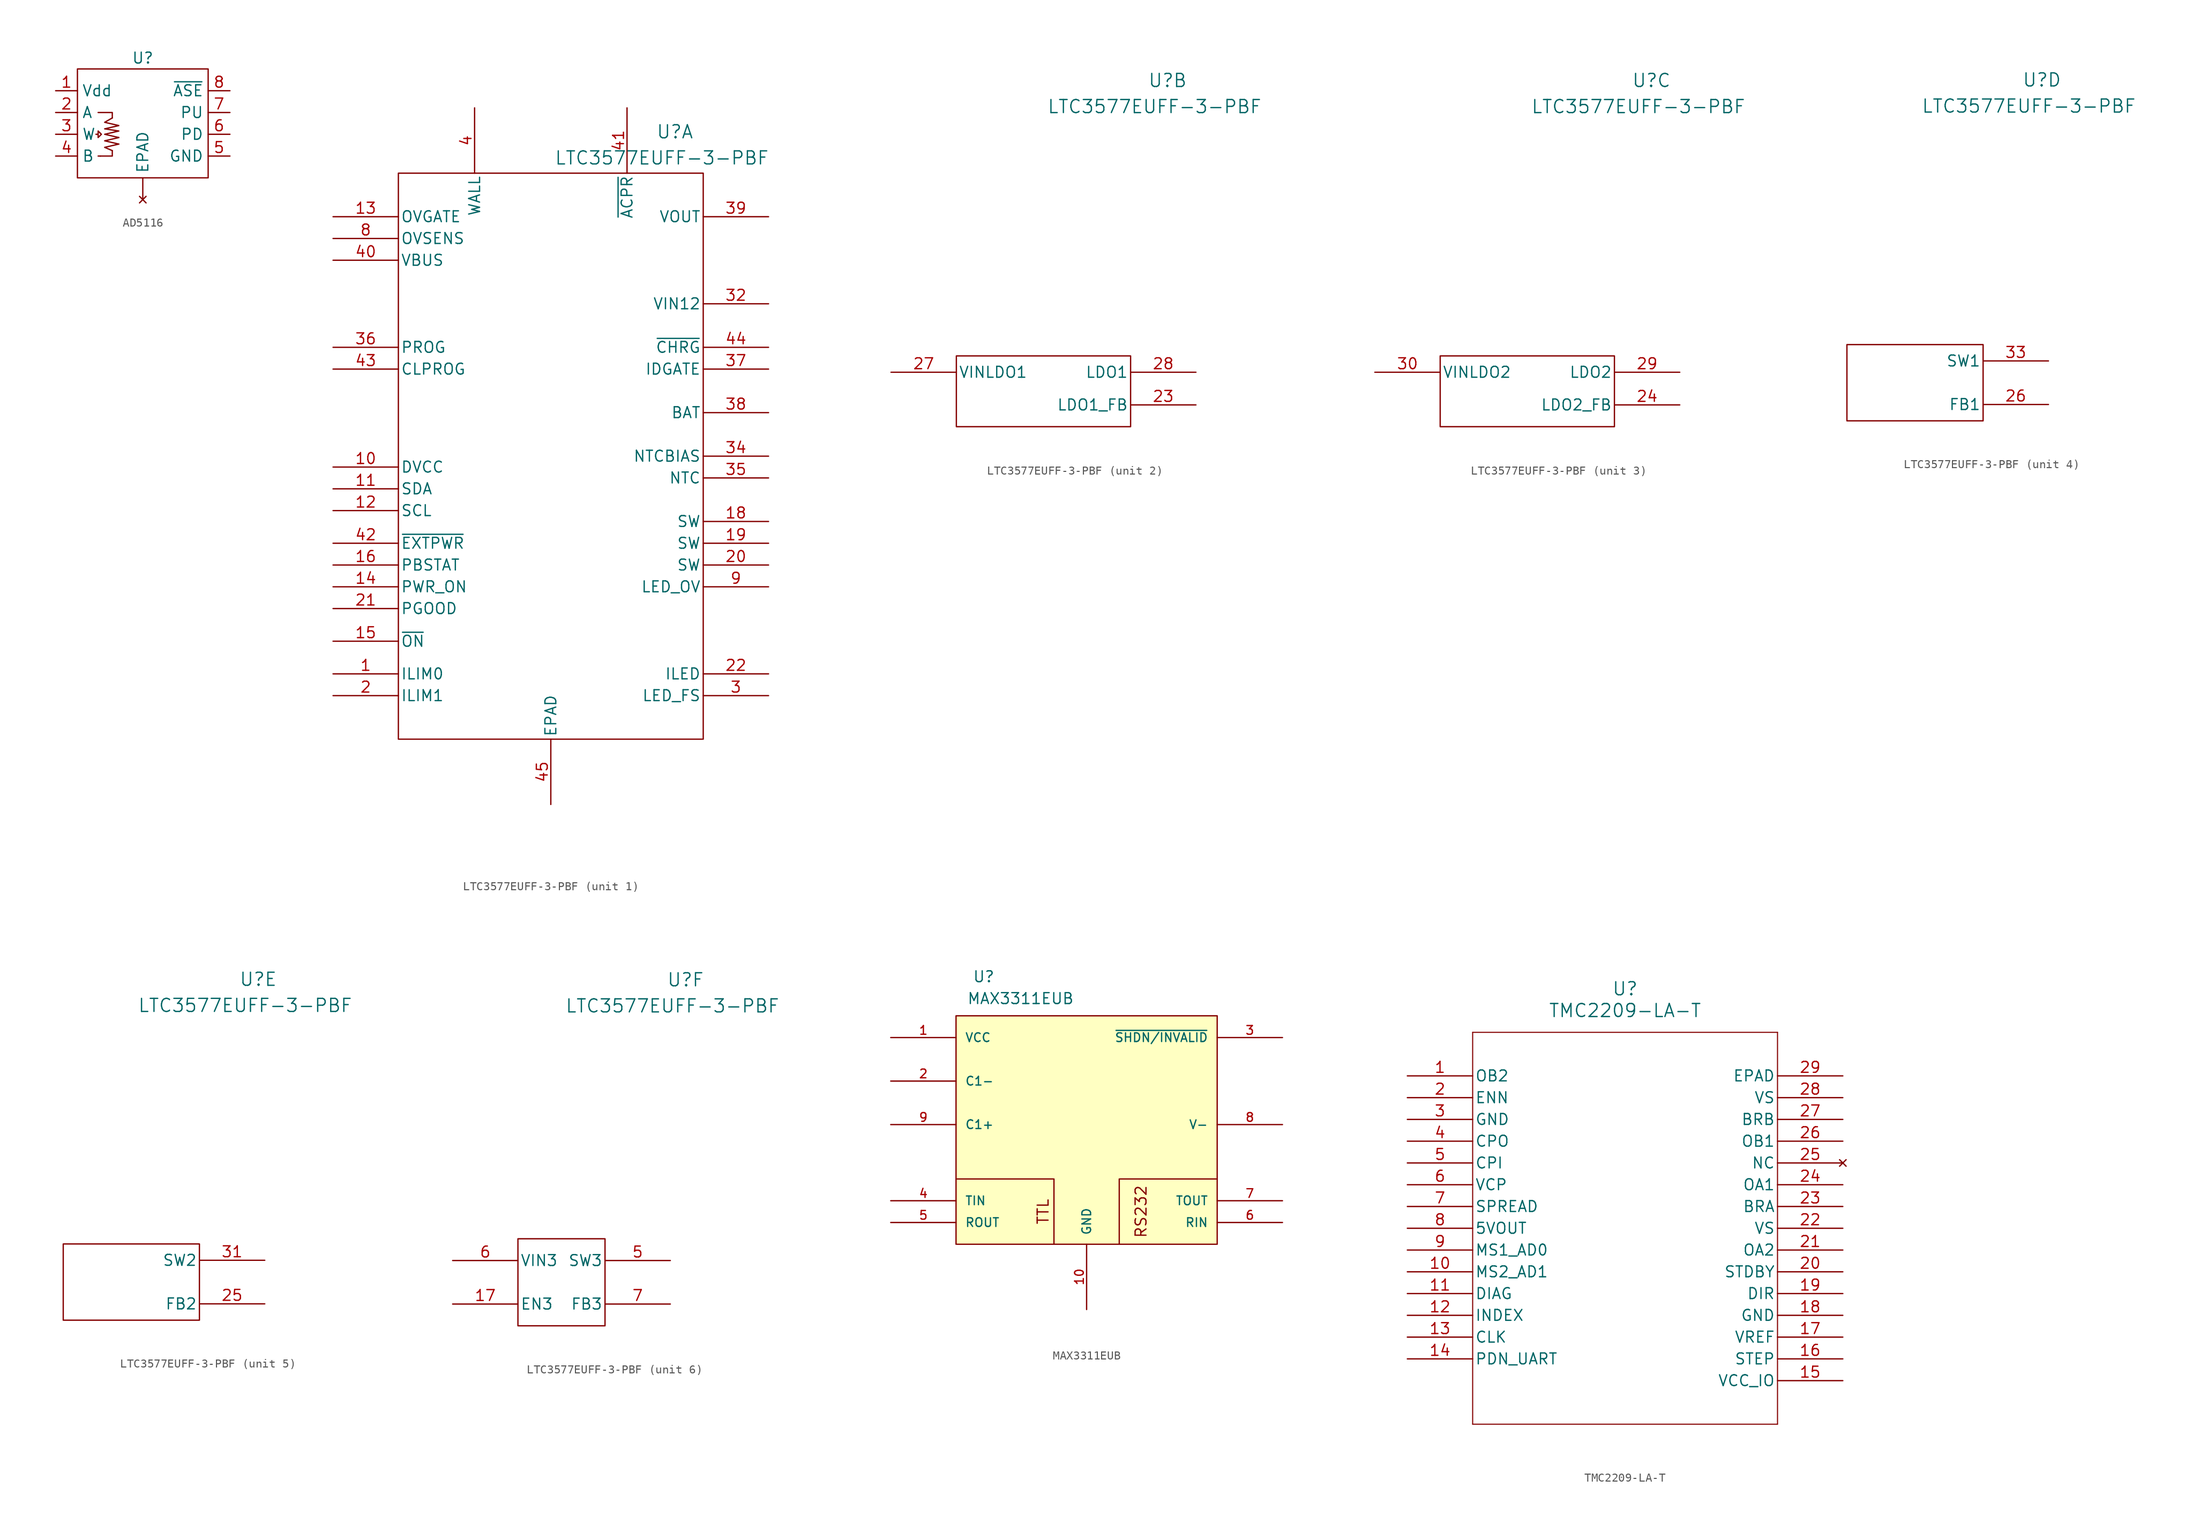
<source format=kicad_sym>
(kicad_symbol_lib
  (version 20220914)
  (generator kicad_symbol_editor)
  (generator_version "8.0")
  (symbol "AD5116"
    (property "Reference" "U"
      (at 0 7.62 0)
      (effects (font (size 1.27 1.27))))
    (property "Value" ""
      (at -10.16 3.81 0)
      (effects (font (size 1.27 1.27))))
    (symbol "AD5116_0_0"
      (pin power_in line (at -10.16 3.81 0) (length 2.54) (name "Vdd" (effects (font (size 1.27 1.27)))) (number "1" (effects (font (size 1.27 1.27)))))
      (pin passive line (at -10.16 1.27 0) (length 2.54) (name "A" (effects (font (size 1.27 1.27)))) (number "2" (effects (font (size 1.27 1.27)))))
      (pin passive line (at -10.16 -1.27 0) (length 2.54) (name "W" (effects (font (size 1.27 1.27)))) (number "3" (effects (font (size 1.27 1.27)))))
      (pin passive line (at -10.16 -3.81 0) (length 2.54) (name "B" (effects (font (size 1.27 1.27)))) (number "4" (effects (font (size 1.27 1.27)))))
      (pin power_in line (at 10.16 -3.81 180) (length 2.54) (name "GND" (effects (font (size 1.27 1.27)))) (number "5" (effects (font (size 1.27 1.27)))))
      (pin input line (at 10.16 -1.27 180) (length 2.54) (name "PD" (effects (font (size 1.27 1.27)))) (number "6" (effects (font (size 1.27 1.27)))))
      (pin input line (at 10.16 1.27 180) (length 2.54) (name "PU" (effects (font (size 1.27 1.27)))) (number "7" (effects (font (size 1.27 1.27))))))
    (symbol "AD5116_0_1"
      (rectangle (start -7.62 6.35) (end 7.62 -6.35) (stroke (width 0) (type default)) (fill (type none)))
      (polyline (pts (xy -5.207 -3.81) (xy -4.953 -3.81)) (stroke (width 0) (type default)) (fill (type none)))
      (polyline (pts (xy -5.207 1.27) (xy -3.556 1.27) (xy -3.556 0.635)) (stroke (width 0) (type default)) (fill (type none)))
      (polyline (pts (xy -4.953 -3.81) (xy -3.556 -3.81) (xy -3.556 -3.175)) (stroke (width 0) (type default)) (fill (type none)))
      (polyline (pts (xy -2.794 -2.413) (xy -4.445 -2.794) (xy -3.556 -3.175)) (stroke (width 0) (type default)) (fill (type none)))
      (polyline (pts (xy -2.794 -1.651) (xy -4.445 -2.032) (xy -2.794 -2.413)) (stroke (width 0) (type default)) (fill (type none)))
      (polyline (pts (xy -5.461 -1.27) (xy -5.207 -1.27) (xy -5.207 -0.889) (xy -4.826 -1.27) (xy -5.08 -1.524) (xy -5.207 -1.651) (xy -5.207 -1.27)) (stroke (width 0) (type default)) (fill (type none)))
      (polyline (pts (xy -3.556 0.635) (xy -4.445 0.127) (xy -2.794 -0.254) (xy -4.445 -0.635) (xy -2.794 -0.889) (xy -4.445 -1.27) (xy -2.794 -1.651)) (stroke (width 0) (type default)) (fill (type none))))
    (symbol "AD5116_1_0"
      (pin no_connect line (at 0 -8.89 90) (length 2.54) (name "EPAD" (effects (font (size 1.27 1.27)))) (number "" (effects (font (size 1.27 1.27)))))
      (pin input line (at 10.16 3.81 180) (length 2.54) (name "~{ASE}" (effects (font (size 1.27 1.27)))) (number "8" (effects (font (size 1.27 1.27)))))))
  (symbol "LTC3577EUFF-3-PBF"
    (pin_names
      (offset 0.254))
    (property "Reference" "U"
      (at 14.478 35.306 0)
      (effects (font (size 1.524 1.524))))
    (property "Value" "LTC3577EUFF-3-PBF"
      (at 12.954 32.258 0)
      (effects (font (size 1.524 1.524))))
    (property "ki_locked" ""
      (at 0 0 0)
      (effects (font (size 1.27 1.27))))
    (symbol "LTC3577EUFF-3-PBF_1_1"
      (rectangle (start -17.78 30.48) (end 17.78 -35.56) (stroke (width 0) (type default)) (fill (type none)))
      (pin input line (at -25.4 -27.94 0) (length 7.62) (name "ILIM0" (effects (font (size 1.27 1.27)))) (number "1" (effects (font (size 1.27 1.27)))))
      (pin power_in line (at -25.4 -3.81 0) (length 7.62) (name "DVCC" (effects (font (size 1.27 1.27)))) (number "10" (effects (font (size 1.27 1.27)))))
      (pin input line (at -25.4 -6.35 0) (length 7.62) (name "SDA" (effects (font (size 1.27 1.27)))) (number "11" (effects (font (size 1.27 1.27)))))
      (pin input line (at -25.4 -8.89 0) (length 7.62) (name "SCL" (effects (font (size 1.27 1.27)))) (number "12" (effects (font (size 1.27 1.27)))))
      (pin output line (at -25.4 25.4 0) (length 7.62) (name "OVGATE" (effects (font (size 1.27 1.27)))) (number "13" (effects (font (size 1.27 1.27)))))
      (pin input line (at -25.4 -17.78 0) (length 7.62) (name "PWR_ON" (effects (font (size 1.27 1.27)))) (number "14" (effects (font (size 1.27 1.27)))))
      (pin input line (at -25.4 -24.13 0) (length 7.62) (name "~{ON}" (effects (font (size 1.27 1.27)))) (number "15" (effects (font (size 1.27 1.27)))))
      (pin output line (at -25.4 -15.24 0) (length 7.62) (name "PBSTAT" (effects (font (size 1.27 1.27)))) (number "16" (effects (font (size 1.27 1.27)))))
      (pin unspecified line (at 25.4 -10.16 180) (length 7.62) (name "SW" (effects (font (size 1.27 1.27)))) (number "18" (effects (font (size 1.27 1.27)))))
      (pin unspecified line (at 25.4 -12.7 180) (length 7.62) (name "SW" (effects (font (size 1.27 1.27)))) (number "19" (effects (font (size 1.27 1.27)))))
      (pin input line (at -25.4 -30.48 0) (length 7.62) (name "ILIM1" (effects (font (size 1.27 1.27)))) (number "2" (effects (font (size 1.27 1.27)))))
      (pin unspecified line (at 25.4 -15.24 180) (length 7.62) (name "SW" (effects (font (size 1.27 1.27)))) (number "20" (effects (font (size 1.27 1.27)))))
      (pin output line (at -25.4 -20.32 0) (length 7.62) (name "PGOOD" (effects (font (size 1.27 1.27)))) (number "21" (effects (font (size 1.27 1.27)))))
      (pin output line (at 25.4 -27.94 180) (length 7.62) (name "ILED" (effects (font (size 1.27 1.27)))) (number "22" (effects (font (size 1.27 1.27)))))
      (pin output line (at 25.4 -30.48 180) (length 7.62) (name "LED_FS" (effects (font (size 1.27 1.27)))) (number "3" (effects (font (size 1.27 1.27)))))
      (pin input line (at 25.4 15.24 180) (length 7.62) (name "VIN12" (effects (font (size 1.27 1.27)))) (number "32" (effects (font (size 1.27 1.27)))))
      (pin output line (at 25.4 -2.54 180) (length 7.62) (name "NTCBIAS" (effects (font (size 1.27 1.27)))) (number "34" (effects (font (size 1.27 1.27)))))
      (pin unspecified line (at 25.4 -5.08 180) (length 7.62) (name "NTC" (effects (font (size 1.27 1.27)))) (number "35" (effects (font (size 1.27 1.27)))))
      (pin unspecified line (at -25.4 10.16 0) (length 7.62) (name "PROG" (effects (font (size 1.27 1.27)))) (number "36" (effects (font (size 1.27 1.27)))))
      (pin unspecified line (at 25.4 7.62 180) (length 7.62) (name "IDGATE" (effects (font (size 1.27 1.27)))) (number "37" (effects (font (size 1.27 1.27)))))
      (pin unspecified line (at 25.4 2.54 180) (length 7.62) (name "BAT" (effects (font (size 1.27 1.27)))) (number "38" (effects (font (size 1.27 1.27)))))
      (pin output line (at 25.4 25.4 180) (length 7.62) (name "VOUT" (effects (font (size 1.27 1.27)))) (number "39" (effects (font (size 1.27 1.27)))))
      (pin input line (at -8.89 38.1 270) (length 7.62) (name "WALL" (effects (font (size 1.27 1.27)))) (number "4" (effects (font (size 1.27 1.27)))))
      (pin input line (at -25.4 20.32 0) (length 7.62) (name "VBUS" (effects (font (size 1.27 1.27)))) (number "40" (effects (font (size 1.27 1.27)))))
      (pin output line (at 8.89 38.1 270) (length 7.62) (name "~{ACPR}" (effects (font (size 1.27 1.27)))) (number "41" (effects (font (size 1.27 1.27)))))
      (pin output line (at -25.4 -12.7 0) (length 7.62) (name "~{EXTPWR}" (effects (font (size 1.27 1.27)))) (number "42" (effects (font (size 1.27 1.27)))))
      (pin input line (at -25.4 7.62 0) (length 7.62) (name "CLPROG" (effects (font (size 1.27 1.27)))) (number "43" (effects (font (size 1.27 1.27)))))
      (pin output line (at 25.4 10.16 180) (length 7.62) (name "~{CHRG}" (effects (font (size 1.27 1.27)))) (number "44" (effects (font (size 1.27 1.27)))))
      (pin unspecified line (at 0 -43.18 90) (length 7.62) (name "EPAD" (effects (font (size 1.27 1.27)))) (number "45" (effects (font (size 1.27 1.27)))))
      (pin input line (at -25.4 22.86 0) (length 7.62) (name "OVSENS" (effects (font (size 1.27 1.27)))) (number "8" (effects (font (size 1.27 1.27)))))
      (pin output line (at 25.4 -17.78 180) (length 7.62) (name "LED_OV" (effects (font (size 1.27 1.27)))) (number "9" (effects (font (size 1.27 1.27))))))
    (symbol "LTC3577EUFF-3-PBF_2_1"
      (rectangle (start -10.16 3.175) (end 10.16 -5.08) (stroke (width 0) (type default)) (fill (type none)))
      (pin input line (at 17.78 -2.54 180) (length 7.62) (name "LDO1_FB" (effects (font (size 1.27 1.27)))) (number "23" (effects (font (size 1.27 1.27)))))
      (pin input line (at -17.78 1.27 0) (length 7.62) (name "VINLDO1" (effects (font (size 1.27 1.27)))) (number "27" (effects (font (size 1.27 1.27)))))
      (pin output line (at 17.78 1.27 180) (length 7.62) (name "LDO1" (effects (font (size 1.27 1.27)))) (number "28" (effects (font (size 1.27 1.27))))))
    (symbol "LTC3577EUFF-3-PBF_3_1"
      (rectangle (start -10.16 3.175) (end 10.16 -5.08) (stroke (width 0) (type default)) (fill (type none)))
      (pin input line (at 17.78 -2.54 180) (length 7.62) (name "LDO2_FB" (effects (font (size 1.27 1.27)))) (number "24" (effects (font (size 1.27 1.27)))))
      (pin output line (at 17.78 1.27 180) (length 7.62) (name "LDO2" (effects (font (size 1.27 1.27)))) (number "29" (effects (font (size 1.27 1.27)))))
      (pin input line (at -17.78 1.27 0) (length 7.62) (name "VINLDO2" (effects (font (size 1.27 1.27)))) (number "30" (effects (font (size 1.27 1.27))))))
    (symbol "LTC3577EUFF-3-PBF_4_1"
      (rectangle (start 7.62 4.445) (end -8.255 -4.445) (stroke (width 0) (type default)) (fill (type none)))
      (pin input line (at 15.24 -2.54 180) (length 7.62) (name "FB1" (effects (font (size 1.27 1.27)))) (number "26" (effects (font (size 1.27 1.27)))))
      (pin unspecified line (at 15.24 2.54 180) (length 7.62) (name "SW1" (effects (font (size 1.27 1.27)))) (number "33" (effects (font (size 1.27 1.27))))))
    (symbol "LTC3577EUFF-3-PBF_5_1"
      (rectangle (start -8.255 4.445) (end 7.62 -4.445) (stroke (width 0) (type default)) (fill (type none)))
      (pin input line (at 15.24 -2.54 180) (length 7.62) (name "FB2" (effects (font (size 1.27 1.27)))) (number "25" (effects (font (size 1.27 1.27)))))
      (pin unspecified line (at 15.24 2.54 180) (length 7.62) (name "SW2" (effects (font (size 1.27 1.27)))) (number "31" (effects (font (size 1.27 1.27))))))
    (symbol "LTC3577EUFF-3-PBF_6_1"
      (rectangle (start -5.08 5.08) (end 5.08 -5.08) (stroke (width 0) (type default)) (fill (type none)))
      (pin unspecified line (at -12.7 -2.54 0) (length 7.62) (name "EN3" (effects (font (size 1.27 1.27)))) (number "17" (effects (font (size 1.27 1.27)))))
      (pin unspecified line (at 12.7 2.54 180) (length 7.62) (name "SW3" (effects (font (size 1.27 1.27)))) (number "5" (effects (font (size 1.27 1.27)))))
      (pin input line (at -12.7 2.54 0) (length 7.62) (name "VIN3" (effects (font (size 1.27 1.27)))) (number "6" (effects (font (size 1.27 1.27)))))
      (pin input line (at 12.7 -2.54 180) (length 7.62) (name "FB3" (effects (font (size 1.27 1.27)))) (number "7" (effects (font (size 1.27 1.27)))))))
  (symbol "MAX3311EUB"
    (pin_names
      (offset 1.016))
    (property "Reference" "U"
      (at -13.313 16.52 0)
      (effects (font (size 1.27 1.27)) (justify left bottom)))
    (property "Value" "MAX3311EUB"
      (at -13.97 13.97 0)
      (effects (font (size 1.27 1.27)) (justify left bottom)))
    (symbol "MAX3311EUB_0_0"
      (rectangle (start -15.24 12.7) (end 15.24 -13.97) (stroke (width 0.152) (type default)) (fill (type background)))
      (pin power_in line (at -22.86 10.16 0) (length 7.62) (name "VCC" (effects (font (size 1.016 1.016)))) (number "1" (effects (font (size 1.016 1.016)))))
      (pin power_in line (at 0 -21.59 90) (length 7.62) (name "GND" (effects (font (size 1.016 1.016)))) (number "10" (effects (font (size 1.016 1.016)))))
      (pin bidirectional line (at -22.86 5.08 0) (length 7.62) (name "C1-" (effects (font (size 1.016 1.016)))) (number "2" (effects (font (size 1.016 1.016)))))
      (pin input line (at -22.86 -8.89 0) (length 7.62) (name "TIN" (effects (font (size 1.016 1.016)))) (number "4" (effects (font (size 1.016 1.016)))))
      (pin output line (at -22.86 -11.43 0) (length 7.62) (name "ROUT" (effects (font (size 1.016 1.016)))) (number "5" (effects (font (size 1.016 1.016)))))
      (pin input line (at 22.86 -11.43 180) (length 7.62) (name "RIN" (effects (font (size 1.016 1.016)))) (number "6" (effects (font (size 1.016 1.016)))))
      (pin output line (at 22.86 -8.89 180) (length 7.62) (name "TOUT" (effects (font (size 1.016 1.016)))) (number "7" (effects (font (size 1.016 1.016)))))
      (pin power_in line (at 22.86 0 180) (length 7.62) (name "V-" (effects (font (size 1.016 1.016)))) (number "8" (effects (font (size 1.016 1.016)))))
      (pin bidirectional line (at -22.86 0 0) (length 7.62) (name "C1+" (effects (font (size 1.016 1.016)))) (number "9" (effects (font (size 1.016 1.016))))))
    (symbol "MAX3311EUB_0_1"
      (polyline (pts (xy -15.24 -6.35) (xy -3.81 -6.35) (xy -3.81 -13.97)) (stroke (width 0) (type default)) (fill (type none)))
      (polyline (pts (xy 15.24 -6.35) (xy 3.81 -6.35) (xy 3.81 -13.97)) (stroke (width 0) (type default)) (fill (type none))))
    (symbol "MAX3311EUB_1_0"
      (pin bidirectional line (at 22.86 10.16 180) (length 7.62) (name "~{SHDN/INVALID}" (effects (font (size 1.016 1.016)))) (number "3" (effects (font (size 1.016 1.016))))))
    (symbol "MAX3311EUB_1_1"
      (text "RS232" (at 6.35 -10.16 900) (effects (font (size 1.27 1.27))))
      (text "TTL" (at -5.08 -10.16 900) (effects (font (size 1.27 1.27))))))
  (symbol "TMC2209-LA-T"
    (pin_names
      (offset 0.254))
    (property "Reference" "U"
      (at 25.4 10.16 0)
      (effects (font (size 1.524 1.524))))
    (property "Value" "TMC2209-LA-T"
      (at 25.4 7.62 0)
      (effects (font (size 1.524 1.524))))
    (symbol "TMC2209-LA-T_0_1"
      (polyline (pts (xy 7.62 5.08) (xy 7.62 -40.64)) (stroke (width 0.127) (type default) (color 0 0 0 0)) (fill (type none)))
      (polyline (pts (xy 7.62 -40.64) (xy 43.18 -40.64)) (stroke (width 0.127) (type default) (color 0 0 0 0)) (fill (type none)))
      (polyline (pts (xy 43.18 -40.64) (xy 43.18 5.08)) (stroke (width 0.127) (type default) (color 0 0 0 0)) (fill (type none)))
      (polyline (pts (xy 43.18 5.08) (xy 7.62 5.08)) (stroke (width 0.127) (type default) (color 0 0 0 0)) (fill (type none)))
      (pin output line (at 0 0 0) (length 7.62) (name "OB2" (effects (font (size 1.27 1.27)))) (number "1" (effects (font (size 1.27 1.27)))))
      (pin input line (at 0 -2.54 0) (length 7.62) (name "ENN" (effects (font (size 1.27 1.27)))) (number "2" (effects (font (size 1.27 1.27)))))
      (pin power_in line (at 0 -5.08 0) (length 7.62) (name "GND" (effects (font (size 1.27 1.27)))) (number "3" (effects (font (size 1.27 1.27)))))
      (pin output line (at 0 -7.62 0) (length 7.62) (name "CPO" (effects (font (size 1.27 1.27)))) (number "4" (effects (font (size 1.27 1.27)))))
      (pin input line (at 0 -10.16 0) (length 7.62) (name "CPI" (effects (font (size 1.27 1.27)))) (number "5" (effects (font (size 1.27 1.27)))))
      (pin power_in line (at 0 -12.7 0) (length 7.62) (name "VCP" (effects (font (size 1.27 1.27)))) (number "6" (effects (font (size 1.27 1.27)))))
      (pin input line (at 0 -15.24 0) (length 7.62) (name "SPREAD" (effects (font (size 1.27 1.27)))) (number "7" (effects (font (size 1.27 1.27)))))
      (pin output line (at 0 -17.78 0) (length 7.62) (name "5VOUT" (effects (font (size 1.27 1.27)))) (number "8" (effects (font (size 1.27 1.27)))))
      (pin input line (at 0 -20.32 0) (length 7.62) (name "MS1_AD0" (effects (font (size 1.27 1.27)))) (number "9" (effects (font (size 1.27 1.27)))))
      (pin input line (at 0 -22.86 0) (length 7.62) (name "MS2_AD1" (effects (font (size 1.27 1.27)))) (number "10" (effects (font (size 1.27 1.27)))))
      (pin output line (at 0 -25.4 0) (length 7.62) (name "DIAG" (effects (font (size 1.27 1.27)))) (number "11" (effects (font (size 1.27 1.27)))))
      (pin output line (at 0 -27.94 0) (length 7.62) (name "INDEX" (effects (font (size 1.27 1.27)))) (number "12" (effects (font (size 1.27 1.27)))))
      (pin input line (at 0 -30.48 0) (length 7.62) (name "CLK" (effects (font (size 1.27 1.27)))) (number "13" (effects (font (size 1.27 1.27)))))
      (pin bidirectional line (at 0 -33.02 0) (length 7.62) (name "PDN_UART" (effects (font (size 1.27 1.27)))) (number "14" (effects (font (size 1.27 1.27)))))
      (pin power_in line (at 50.8 -35.56 180) (length 7.62) (name "VCC_IO" (effects (font (size 1.27 1.27)))) (number "15" (effects (font (size 1.27 1.27)))))
      (pin input line (at 50.8 -33.02 180) (length 7.62) (name "STEP" (effects (font (size 1.27 1.27)))) (number "16" (effects (font (size 1.27 1.27)))))
      (pin input line (at 50.8 -30.48 180) (length 7.62) (name "VREF" (effects (font (size 1.27 1.27)))) (number "17" (effects (font (size 1.27 1.27)))))
      (pin power_in line (at 50.8 -27.94 180) (length 7.62) (name "GND" (effects (font (size 1.27 1.27)))) (number "18" (effects (font (size 1.27 1.27)))))
      (pin input line (at 50.8 -25.4 180) (length 7.62) (name "DIR" (effects (font (size 1.27 1.27)))) (number "19" (effects (font (size 1.27 1.27)))))
      (pin input line (at 50.8 -22.86 180) (length 7.62) (name "STDBY" (effects (font (size 1.27 1.27)))) (number "20" (effects (font (size 1.27 1.27)))))
      (pin output line (at 50.8 -20.32 180) (length 7.62) (name "OA2" (effects (font (size 1.27 1.27)))) (number "21" (effects (font (size 1.27 1.27)))))
      (pin power_in line (at 50.8 -17.78 180) (length 7.62) (name "VS" (effects (font (size 1.27 1.27)))) (number "22" (effects (font (size 1.27 1.27)))))
      (pin unspecified line (at 50.8 -15.24 180) (length 7.62) (name "BRA" (effects (font (size 1.27 1.27)))) (number "23" (effects (font (size 1.27 1.27)))))
      (pin output line (at 50.8 -12.7 180) (length 7.62) (name "OA1" (effects (font (size 1.27 1.27)))) (number "24" (effects (font (size 1.27 1.27)))))
      (pin no_connect line (at 50.8 -10.16 180) (length 7.62) (name "NC" (effects (font (size 1.27 1.27)))) (number "25" (effects (font (size 1.27 1.27)))))
      (pin output line (at 50.8 -7.62 180) (length 7.62) (name "OB1" (effects (font (size 1.27 1.27)))) (number "26" (effects (font (size 1.27 1.27)))))
      (pin unspecified line (at 50.8 -5.08 180) (length 7.62) (name "BRB" (effects (font (size 1.27 1.27)))) (number "27" (effects (font (size 1.27 1.27)))))
      (pin power_in line (at 50.8 -2.54 180) (length 7.62) (name "VS" (effects (font (size 1.27 1.27)))) (number "28" (effects (font (size 1.27 1.27)))))
      (pin unspecified line (at 50.8 0 180) (length 7.62) (name "EPAD" (effects (font (size 1.27 1.27)))) (number "29" (effects (font (size 1.27 1.27))))))))
</source>
